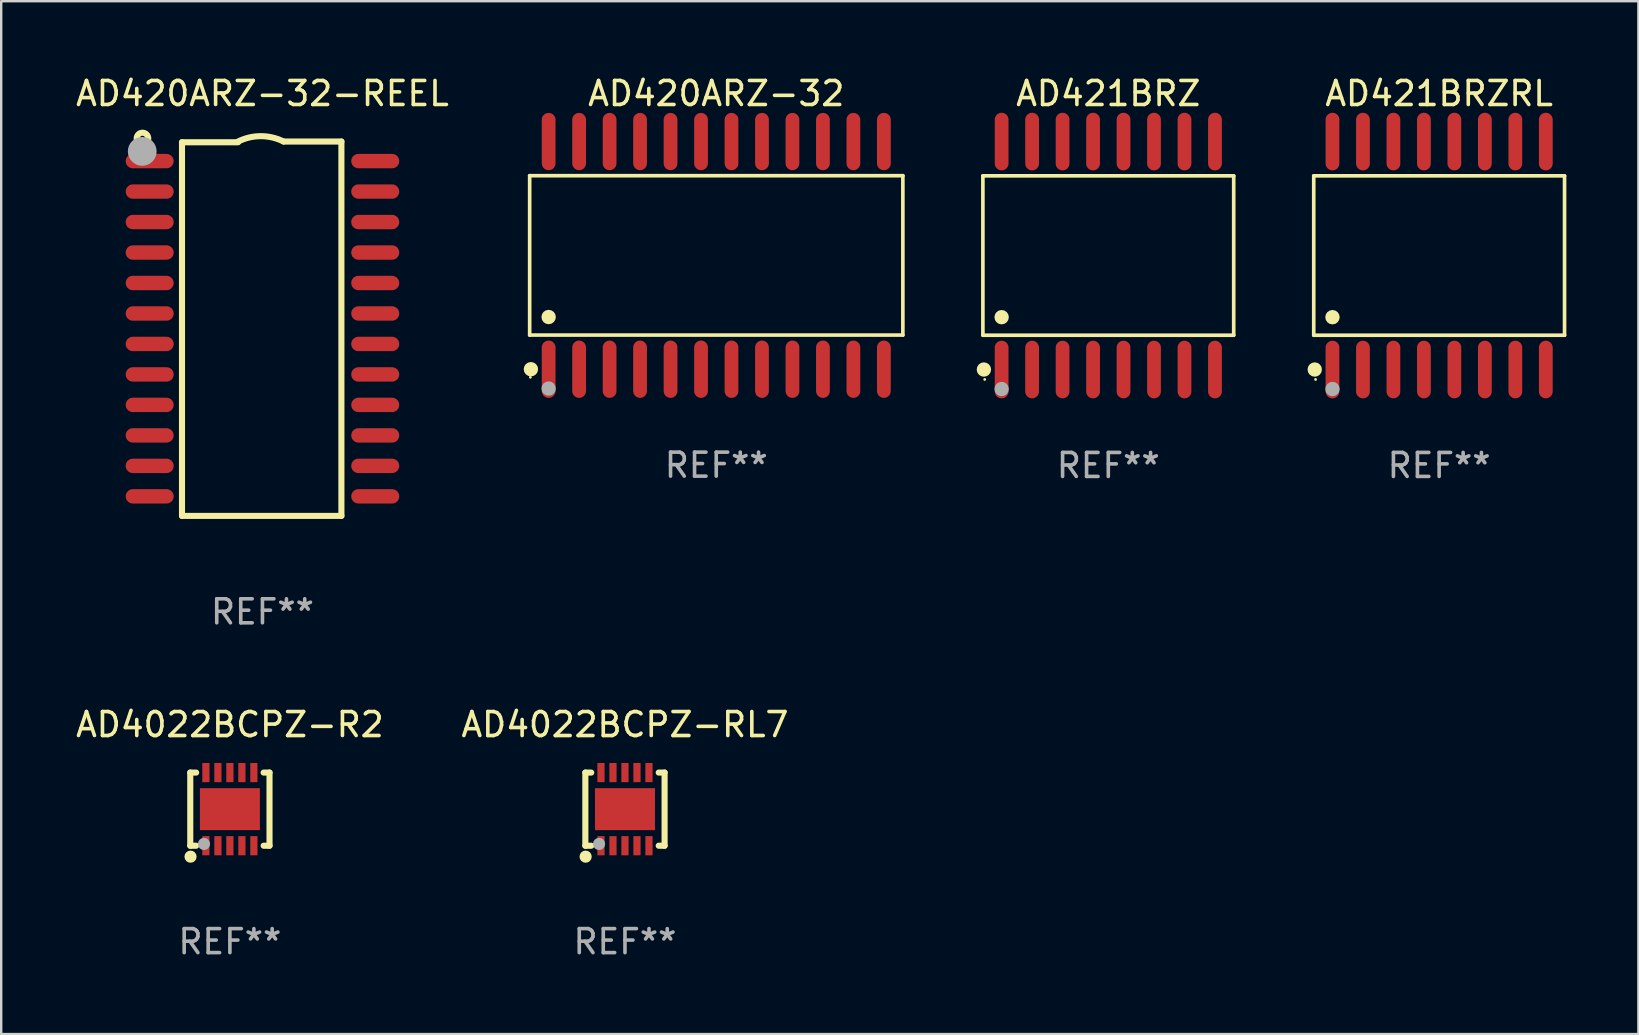
<source format=kicad_pcb>
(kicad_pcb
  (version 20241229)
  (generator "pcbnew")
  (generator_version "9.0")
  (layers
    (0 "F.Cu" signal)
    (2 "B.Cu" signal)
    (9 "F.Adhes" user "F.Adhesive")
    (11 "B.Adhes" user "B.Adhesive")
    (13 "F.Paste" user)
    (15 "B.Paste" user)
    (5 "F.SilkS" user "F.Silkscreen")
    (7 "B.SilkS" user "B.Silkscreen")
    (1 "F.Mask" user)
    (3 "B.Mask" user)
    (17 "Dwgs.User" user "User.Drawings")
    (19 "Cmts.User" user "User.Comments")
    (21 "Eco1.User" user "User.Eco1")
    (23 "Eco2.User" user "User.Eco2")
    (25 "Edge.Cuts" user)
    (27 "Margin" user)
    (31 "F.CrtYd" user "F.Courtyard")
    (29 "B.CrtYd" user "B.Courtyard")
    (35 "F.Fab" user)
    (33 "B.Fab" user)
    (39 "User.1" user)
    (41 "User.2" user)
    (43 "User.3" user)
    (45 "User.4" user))
  (footprint "AD4022BCPZ-R2"
    (layer "F.Cu")
    (at 6.53 30.669)
    (property "Reference" "AD4022BCPZ-R2" (at 0 -3.524 0) (layer "F.SilkS") (effects (font (size 1 1) (thickness 0.15))))
    (attr through_hole)
    (fp_line (start -1.651 -1.524) (end -1.651 1.524) (stroke (width 0.254) (type solid)) (layer "F.SilkS"))
    (fp_line (start -1.651 1.524) (end -1.406 1.524) (stroke (width 0.254) (type solid)) (layer "F.SilkS"))
    (fp_line (start -1.406 -1.524) (end -1.651 -1.524) (stroke (width 0.254) (type solid)) (layer "F.SilkS"))
    (fp_line (start 1.406 1.524) (end 1.651 1.524) (stroke (width 0.254) (type solid)) (layer "F.SilkS"))
    (fp_line (start 1.651 -1.524) (end 1.406 -1.524) (stroke (width 0.254) (type solid)) (layer "F.SilkS"))
    (fp_line (start 1.651 1.524) (end 1.651 -1.524) (stroke (width 0.254) (type solid)) (layer "F.SilkS"))
    (fp_circle (center -1.64 1.98) (end -1.513 1.98) (stroke (width 0.254) (type solid)) (fill no) (layer "F.SilkS"))
    (fp_circle (center -1.5 1.5) (end -1.47 1.5) (stroke (width 0.06) (type solid)) (fill no) (layer "F.SilkS"))
    (fp_circle (center -1.08 1.45) (end -0.953 1.45) (stroke (width 0.254) (type solid)) (fill no) (layer "F.Fab"))
    (fp_text user "REF**" (at 0 5.524 0) (layer "F.Fab") (effects (font (size 1 1) (thickness 0.15))))
    (pad "1" smd rect (at -1 1.524) (size 0.3 0.8) (layers "F.Cu" "F.Mask" "F.Paste"))
    (pad "2" smd rect (at -0.5 1.524) (size 0.3 0.8) (layers "F.Cu" "F.Mask" "F.Paste"))
    (pad "3" smd rect (at 0 1.524) (size 0.3 0.8) (layers "F.Cu" "F.Mask" "F.Paste"))
    (pad "4" smd rect (at 0.5 1.524) (size 0.3 0.8) (layers "F.Cu" "F.Mask" "F.Paste"))
    (pad "5" smd rect (at 1 1.524) (size 0.3 0.8) (layers "F.Cu" "F.Mask" "F.Paste"))
    (pad "6" smd rect (at 1 -1.524) (size 0.3 0.8) (layers "F.Cu" "F.Mask" "F.Paste"))
    (pad "7" smd rect (at 0.5 -1.524) (size 0.3 0.8) (layers "F.Cu" "F.Mask" "F.Paste"))
    (pad "8" smd rect (at 0 -1.524) (size 0.3 0.8) (layers "F.Cu" "F.Mask" "F.Paste"))
    (pad "9" smd rect (at -0.5 -1.524) (size 0.3 0.8) (layers "F.Cu" "F.Mask" "F.Paste"))
    (pad "10" smd rect (at -1 -1.524) (size 0.3 0.8) (layers "F.Cu" "F.Mask" "F.Paste"))
    (pad "11" smd rect (at 0 0) (size 2.5 1.75) (layers "F.Cu" "F.Mask" "F.Paste")))
  (footprint "AD420ARZ-32"
    (layer "F.Cu")
    (at 26.798 7.592)
    (property "Reference" "AD420ARZ-32" (at 0 -6.744 0) (layer "F.SilkS") (effects (font (size 1 1) (thickness 0.15))))
    (attr through_hole)
    (fp_line (start -7.776 -3.321) (end 7.776 -3.321) (stroke (width 0.152) (type solid)) (layer "F.SilkS"))
    (fp_line (start -7.776 3.321) (end -7.776 -3.321) (stroke (width 0.152) (type solid)) (layer "F.SilkS"))
    (fp_line (start 7.776 -3.321) (end 7.776 3.321) (stroke (width 0.152) (type solid)) (layer "F.SilkS"))
    (fp_line (start 7.776 3.321) (end -7.776 3.321) (stroke (width 0.152) (type solid)) (layer "F.SilkS"))
    (fp_circle (center -7.747 5.08) (end -7.717 5.08) (stroke (width 0.06) (type solid)) (fill no) (layer "F.SilkS"))
    (fp_circle (center -7.724 4.744) (end -7.574 4.744) (stroke (width 0.3) (type solid)) (fill no) (layer "F.SilkS"))
    (fp_circle (center -6.985 2.569) (end -6.835 2.569) (stroke (width 0.3) (type solid)) (fill no) (layer "F.SilkS"))
    (fp_circle (center -6.985 5.55) (end -6.835 5.55) (stroke (width 0.3) (type solid)) (fill no) (layer "F.Fab"))
    (fp_text user "REF**" (at 0 8.744 0) (layer "F.Fab") (effects (font (size 1 1) (thickness 0.15))))
    (pad "1" smd oval (at -6.985 4.744) (size 0.574 2.388) (layers "F.Cu" "F.Mask" "F.Paste"))
    (pad "2" smd oval (at -5.715 4.744) (size 0.574 2.388) (layers "F.Cu" "F.Mask" "F.Paste"))
    (pad "3" smd oval (at -4.445 4.744) (size 0.574 2.388) (layers "F.Cu" "F.Mask" "F.Paste"))
    (pad "4" smd oval (at -3.175 4.744) (size 0.574 2.388) (layers "F.Cu" "F.Mask" "F.Paste"))
    (pad "5" smd oval (at -1.905 4.744) (size 0.574 2.388) (layers "F.Cu" "F.Mask" "F.Paste"))
    (pad "6" smd oval (at -0.635 4.744) (size 0.574 2.388) (layers "F.Cu" "F.Mask" "F.Paste"))
    (pad "7" smd oval (at 0.635 4.744) (size 0.574 2.388) (layers "F.Cu" "F.Mask" "F.Paste"))
    (pad "8" smd oval (at 1.905 4.744) (size 0.574 2.388) (layers "F.Cu" "F.Mask" "F.Paste"))
    (pad "9" smd oval (at 3.175 4.744) (size 0.574 2.388) (layers "F.Cu" "F.Mask" "F.Paste"))
    (pad "10" smd oval (at 4.445 4.744) (size 0.574 2.388) (layers "F.Cu" "F.Mask" "F.Paste"))
    (pad "11" smd oval (at 5.715 4.744) (size 0.574 2.388) (layers "F.Cu" "F.Mask" "F.Paste"))
    (pad "12" smd oval (at 6.985 4.744) (size 0.574 2.388) (layers "F.Cu" "F.Mask" "F.Paste"))
    (pad "13" smd oval (at 6.985 -4.744) (size 0.574 2.388) (layers "F.Cu" "F.Mask" "F.Paste"))
    (pad "14" smd oval (at 5.715 -4.744) (size 0.574 2.388) (layers "F.Cu" "F.Mask" "F.Paste"))
    (pad "15" smd oval (at 4.445 -4.744) (size 0.574 2.388) (layers "F.Cu" "F.Mask" "F.Paste"))
    (pad "16" smd oval (at 3.175 -4.744) (size 0.574 2.388) (layers "F.Cu" "F.Mask" "F.Paste"))
    (pad "17" smd oval (at 1.905 -4.744) (size 0.574 2.388) (layers "F.Cu" "F.Mask" "F.Paste"))
    (pad "18" smd oval (at 0.635 -4.744) (size 0.574 2.388) (layers "F.Cu" "F.Mask" "F.Paste"))
    (pad "19" smd oval (at -0.635 -4.744) (size 0.574 2.388) (layers "F.Cu" "F.Mask" "F.Paste"))
    (pad "20" smd oval (at -1.905 -4.744) (size 0.574 2.388) (layers "F.Cu" "F.Mask" "F.Paste"))
    (pad "21" smd oval (at -3.175 -4.744) (size 0.574 2.388) (layers "F.Cu" "F.Mask" "F.Paste"))
    (pad "22" smd oval (at -4.445 -4.744) (size 0.574 2.388) (layers "F.Cu" "F.Mask" "F.Paste"))
    (pad "23" smd oval (at -5.715 -4.744) (size 0.574 2.388) (layers "F.Cu" "F.Mask" "F.Paste"))
    (pad "24" smd oval (at -6.985 -4.744) (size 0.574 2.388) (layers "F.Cu" "F.Mask" "F.Paste")))
  (footprint "AD421BRZ"
    (layer "F.Cu")
    (at 43.135 7.599)
    (property "Reference" "AD421BRZ" (at 0 -6.75 0) (layer "F.SilkS") (effects (font (size 1 1) (thickness 0.15))))
    (attr through_hole)
    (fp_line (start -5.226 -3.321) (end 5.226 -3.321) (stroke (width 0.152) (type solid)) (layer "F.SilkS"))
    (fp_line (start -5.226 3.321) (end -5.226 -3.321) (stroke (width 0.152) (type solid)) (layer "F.SilkS"))
    (fp_line (start 5.226 -3.321) (end 5.226 3.321) (stroke (width 0.152) (type solid)) (layer "F.SilkS"))
    (fp_line (start 5.226 3.321) (end -5.226 3.321) (stroke (width 0.152) (type solid)) (layer "F.SilkS"))
    (fp_circle (center -5.184 4.75) (end -5.034 4.75) (stroke (width 0.3) (type solid)) (fill no) (layer "F.SilkS"))
    (fp_circle (center -5.15 5.163) (end -5.12 5.163) (stroke (width 0.06) (type solid)) (fill no) (layer "F.SilkS"))
    (fp_circle (center -4.445 2.569) (end -4.295 2.569) (stroke (width 0.3) (type solid)) (fill no) (layer "F.SilkS"))
    (fp_circle (center -4.445 5.563) (end -4.295 5.563) (stroke (width 0.3) (type solid)) (fill no) (layer "F.Fab"))
    (fp_text user "REF**" (at 0 8.75 0) (layer "F.Fab") (effects (font (size 1 1) (thickness 0.15))))
    (pad "1" smd oval (at -4.445 4.75) (size 0.574 2.401) (layers "F.Cu" "F.Mask" "F.Paste"))
    (pad "2" smd oval (at -3.175 4.75) (size 0.574 2.401) (layers "F.Cu" "F.Mask" "F.Paste"))
    (pad "3" smd oval (at -1.905 4.75) (size 0.574 2.401) (layers "F.Cu" "F.Mask" "F.Paste"))
    (pad "4" smd oval (at -0.635 4.75) (size 0.574 2.401) (layers "F.Cu" "F.Mask" "F.Paste"))
    (pad "5" smd oval (at 0.635 4.75) (size 0.574 2.401) (layers "F.Cu" "F.Mask" "F.Paste"))
    (pad "6" smd oval (at 1.905 4.75) (size 0.574 2.401) (layers "F.Cu" "F.Mask" "F.Paste"))
    (pad "7" smd oval (at 3.175 4.75) (size 0.574 2.401) (layers "F.Cu" "F.Mask" "F.Paste"))
    (pad "8" smd oval (at 4.445 4.75) (size 0.574 2.401) (layers "F.Cu" "F.Mask" "F.Paste"))
    (pad "9" smd oval (at 4.445 -4.75) (size 0.574 2.401) (layers "F.Cu" "F.Mask" "F.Paste"))
    (pad "10" smd oval (at 3.175 -4.75) (size 0.574 2.401) (layers "F.Cu" "F.Mask" "F.Paste"))
    (pad "11" smd oval (at 1.905 -4.75) (size 0.574 2.401) (layers "F.Cu" "F.Mask" "F.Paste"))
    (pad "12" smd oval (at 0.635 -4.75) (size 0.574 2.401) (layers "F.Cu" "F.Mask" "F.Paste"))
    (pad "13" smd oval (at -0.635 -4.75) (size 0.574 2.401) (layers "F.Cu" "F.Mask" "F.Paste"))
    (pad "14" smd oval (at -1.905 -4.75) (size 0.574 2.401) (layers "F.Cu" "F.Mask" "F.Paste"))
    (pad "15" smd oval (at -3.175 -4.75) (size 0.574 2.401) (layers "F.Cu" "F.Mask" "F.Paste"))
    (pad "16" smd oval (at -4.445 -4.75) (size 0.574 2.401) (layers "F.Cu" "F.Mask" "F.Paste")))
  (footprint "AD421BRZRL"
    (layer "F.Cu")
    (at 56.922 7.599)
    (property "Reference" "AD421BRZRL" (at 0 -6.75 0) (layer "F.SilkS") (effects (font (size 1 1) (thickness 0.15))))
    (attr through_hole)
    (fp_line (start -5.226 -3.321) (end 5.226 -3.321) (stroke (width 0.152) (type solid)) (layer "F.SilkS"))
    (fp_line (start -5.226 3.321) (end -5.226 -3.321) (stroke (width 0.152) (type solid)) (layer "F.SilkS"))
    (fp_line (start 5.226 -3.321) (end 5.226 3.321) (stroke (width 0.152) (type solid)) (layer "F.SilkS"))
    (fp_line (start 5.226 3.321) (end -5.226 3.321) (stroke (width 0.152) (type solid)) (layer "F.SilkS"))
    (fp_circle (center -5.184 4.75) (end -5.034 4.75) (stroke (width 0.3) (type solid)) (fill no) (layer "F.SilkS"))
    (fp_circle (center -5.15 5.163) (end -5.12 5.163) (stroke (width 0.06) (type solid)) (fill no) (layer "F.SilkS"))
    (fp_circle (center -4.445 2.569) (end -4.295 2.569) (stroke (width 0.3) (type solid)) (fill no) (layer "F.SilkS"))
    (fp_circle (center -4.445 5.563) (end -4.295 5.563) (stroke (width 0.3) (type solid)) (fill no) (layer "F.Fab"))
    (fp_text user "REF**" (at 0 8.75 0) (layer "F.Fab") (effects (font (size 1 1) (thickness 0.15))))
    (pad "1" smd oval (at -4.445 4.75) (size 0.574 2.401) (layers "F.Cu" "F.Mask" "F.Paste"))
    (pad "2" smd oval (at -3.175 4.75) (size 0.574 2.401) (layers "F.Cu" "F.Mask" "F.Paste"))
    (pad "3" smd oval (at -1.905 4.75) (size 0.574 2.401) (layers "F.Cu" "F.Mask" "F.Paste"))
    (pad "4" smd oval (at -0.635 4.75) (size 0.574 2.401) (layers "F.Cu" "F.Mask" "F.Paste"))
    (pad "5" smd oval (at 0.635 4.75) (size 0.574 2.401) (layers "F.Cu" "F.Mask" "F.Paste"))
    (pad "6" smd oval (at 1.905 4.75) (size 0.574 2.401) (layers "F.Cu" "F.Mask" "F.Paste"))
    (pad "7" smd oval (at 3.175 4.75) (size 0.574 2.401) (layers "F.Cu" "F.Mask" "F.Paste"))
    (pad "8" smd oval (at 4.445 4.75) (size 0.574 2.401) (layers "F.Cu" "F.Mask" "F.Paste"))
    (pad "9" smd oval (at 4.445 -4.75) (size 0.574 2.401) (layers "F.Cu" "F.Mask" "F.Paste"))
    (pad "10" smd oval (at 3.175 -4.75) (size 0.574 2.401) (layers "F.Cu" "F.Mask" "F.Paste"))
    (pad "11" smd oval (at 1.905 -4.75) (size 0.574 2.401) (layers "F.Cu" "F.Mask" "F.Paste"))
    (pad "12" smd oval (at 0.635 -4.75) (size 0.574 2.401) (layers "F.Cu" "F.Mask" "F.Paste"))
    (pad "13" smd oval (at -0.635 -4.75) (size 0.574 2.401) (layers "F.Cu" "F.Mask" "F.Paste"))
    (pad "14" smd oval (at -1.905 -4.75) (size 0.574 2.401) (layers "F.Cu" "F.Mask" "F.Paste"))
    (pad "15" smd oval (at -3.175 -4.75) (size 0.574 2.401) (layers "F.Cu" "F.Mask" "F.Paste"))
    (pad "16" smd oval (at -4.445 -4.75) (size 0.574 2.401) (layers "F.Cu" "F.Mask" "F.Paste")))
  (footprint "AD4022BCPZ-RL7"
    (layer "F.Cu")
    (at 22.994 30.669)
    (property "Reference" "AD4022BCPZ-RL7" (at 0 -3.524 0) (layer "F.SilkS") (effects (font (size 1 1) (thickness 0.15))))
    (attr through_hole)
    (fp_line (start -1.651 -1.524) (end -1.651 1.524) (stroke (width 0.254) (type solid)) (layer "F.SilkS"))
    (fp_line (start -1.651 1.524) (end -1.406 1.524) (stroke (width 0.254) (type solid)) (layer "F.SilkS"))
    (fp_line (start -1.406 -1.524) (end -1.651 -1.524) (stroke (width 0.254) (type solid)) (layer "F.SilkS"))
    (fp_line (start 1.406 1.524) (end 1.651 1.524) (stroke (width 0.254) (type solid)) (layer "F.SilkS"))
    (fp_line (start 1.651 -1.524) (end 1.406 -1.524) (stroke (width 0.254) (type solid)) (layer "F.SilkS"))
    (fp_line (start 1.651 1.524) (end 1.651 -1.524) (stroke (width 0.254) (type solid)) (layer "F.SilkS"))
    (fp_circle (center -1.64 1.98) (end -1.513 1.98) (stroke (width 0.254) (type solid)) (fill no) (layer "F.SilkS"))
    (fp_circle (center -1.5 1.5) (end -1.47 1.5) (stroke (width 0.06) (type solid)) (fill no) (layer "F.SilkS"))
    (fp_circle (center -1.08 1.45) (end -0.953 1.45) (stroke (width 0.254) (type solid)) (fill no) (layer "F.Fab"))
    (fp_text user "REF**" (at 0 5.524 0) (layer "F.Fab") (effects (font (size 1 1) (thickness 0.15))))
    (pad "1" smd rect (at -1 1.524) (size 0.3 0.8) (layers "F.Cu" "F.Mask" "F.Paste"))
    (pad "2" smd rect (at -0.5 1.524) (size 0.3 0.8) (layers "F.Cu" "F.Mask" "F.Paste"))
    (pad "3" smd rect (at 0 1.524) (size 0.3 0.8) (layers "F.Cu" "F.Mask" "F.Paste"))
    (pad "4" smd rect (at 0.5 1.524) (size 0.3 0.8) (layers "F.Cu" "F.Mask" "F.Paste"))
    (pad "5" smd rect (at 1 1.524) (size 0.3 0.8) (layers "F.Cu" "F.Mask" "F.Paste"))
    (pad "6" smd rect (at 1 -1.524) (size 0.3 0.8) (layers "F.Cu" "F.Mask" "F.Paste"))
    (pad "7" smd rect (at 0.5 -1.524) (size 0.3 0.8) (layers "F.Cu" "F.Mask" "F.Paste"))
    (pad "8" smd rect (at 0 -1.524) (size 0.3 0.8) (layers "F.Cu" "F.Mask" "F.Paste"))
    (pad "9" smd rect (at -0.5 -1.524) (size 0.3 0.8) (layers "F.Cu" "F.Mask" "F.Paste"))
    (pad "10" smd rect (at -1 -1.524) (size 0.3 0.8) (layers "F.Cu" "F.Mask" "F.Paste"))
    (pad "11" smd rect (at 0 0) (size 2.5 1.75) (layers "F.Cu" "F.Mask" "F.Paste")))
  (footprint "AD420ARZ-32-REEL"
    (layer "F.Cu")
    (at 7.887 10.648)
    (property "Reference" "AD420ARZ-32-REEL" (at 0 -9.8 0) (layer "F.SilkS") (effects (font (size 1 1) (thickness 0.15))))
    (attr through_hole)
    (fp_line (start -3.353 -7.77) (end -1.016 -7.77) (stroke (width 0.254) (type solid)) (layer "F.SilkS"))
    (fp_line (start -3.353 7.8) (end -3.353 -7.77) (stroke (width 0.254) (type solid)) (layer "F.SilkS"))
    (fp_line (start 0.881 -7.8) (end 3.29 -7.8) (stroke (width 0.254) (type solid)) (layer "F.SilkS"))
    (fp_line (start 3.29 -7.8) (end 3.29 7.8) (stroke (width 0.254) (type solid)) (layer "F.SilkS"))
    (fp_line (start 3.29 7.8) (end -3.353 7.8) (stroke (width 0.254) (type solid)) (layer "F.SilkS"))
    (fp_arc (start -1.015951 -7.800025) (mid -0.067691 -8.023879) (end 0.880569 -7.800025) (stroke (width 0.254001) (type solid)) (layer "F.SilkS"))
    (fp_circle (center -5 -7.927) (end -4.886 -7.927) (stroke (width 0.254) (type solid)) (fill no) (layer "F.SilkS"))
    (fp_circle (center -5.01 -7.39) (end -4.71 -7.39) (stroke (width 0.6) (type solid)) (fill no) (layer "F.Fab"))
    (fp_text user "REF**" (at 0 11.8 0) (layer "F.Fab") (effects (font (size 1 1) (thickness 0.15))))
    (pad "1" smd oval (at -4.7 -6.985 270) (size 0.6 2) (layers "F.Cu" "F.Mask" "F.Paste"))
    (pad "2" smd oval (at -4.7 -5.715 270) (size 0.6 2) (layers "F.Cu" "F.Mask" "F.Paste"))
    (pad "3" smd oval (at -4.7 -4.445 270) (size 0.6 2) (layers "F.Cu" "F.Mask" "F.Paste"))
    (pad "4" smd oval (at -4.7 -3.175 270) (size 0.6 2) (layers "F.Cu" "F.Mask" "F.Paste"))
    (pad "5" smd oval (at -4.7 -1.905 270) (size 0.6 2) (layers "F.Cu" "F.Mask" "F.Paste"))
    (pad "6" smd oval (at -4.7 -0.635 270) (size 0.6 2) (layers "F.Cu" "F.Mask" "F.Paste"))
    (pad "7" smd oval (at -4.7 0.635 270) (size 0.6 2) (layers "F.Cu" "F.Mask" "F.Paste"))
    (pad "8" smd oval (at -4.7 1.905 270) (size 0.6 2) (layers "F.Cu" "F.Mask" "F.Paste"))
    (pad "9" smd oval (at -4.7 3.175 270) (size 0.6 2) (layers "F.Cu" "F.Mask" "F.Paste"))
    (pad "10" smd oval (at -4.7 4.445 270) (size 0.6 2) (layers "F.Cu" "F.Mask" "F.Paste"))
    (pad "11" smd oval (at -4.7 5.715 270) (size 0.6 2) (layers "F.Cu" "F.Mask" "F.Paste"))
    (pad "12" smd oval (at -4.7 6.985 270) (size 0.6 2) (layers "F.Cu" "F.Mask" "F.Paste"))
    (pad "13" smd oval (at 4.7 6.985 270) (size 0.6 2) (layers "F.Cu" "F.Mask" "F.Paste"))
    (pad "14" smd oval (at 4.7 5.715 270) (size 0.6 2) (layers "F.Cu" "F.Mask" "F.Paste"))
    (pad "15" smd oval (at 4.7 4.445 270) (size 0.6 2) (layers "F.Cu" "F.Mask" "F.Paste"))
    (pad "16" smd oval (at 4.7 3.175 270) (size 0.6 2) (layers "F.Cu" "F.Mask" "F.Paste"))
    (pad "17" smd oval (at 4.7 1.905 270) (size 0.6 2) (layers "F.Cu" "F.Mask" "F.Paste"))
    (pad "18" smd oval (at 4.7 0.635 270) (size 0.6 2) (layers "F.Cu" "F.Mask" "F.Paste"))
    (pad "19" smd oval (at 4.7 -0.635 270) (size 0.6 2) (layers "F.Cu" "F.Mask" "F.Paste"))
    (pad "20" smd oval (at 4.7 -1.905 270) (size 0.6 2) (layers "F.Cu" "F.Mask" "F.Paste"))
    (pad "21" smd oval (at 4.7 -3.175 270) (size 0.6 2) (layers "F.Cu" "F.Mask" "F.Paste"))
    (pad "22" smd oval (at 4.7 -4.445 270) (size 0.6 2) (layers "F.Cu" "F.Mask" "F.Paste"))
    (pad "23" smd oval (at 4.7 -5.715 270) (size 0.6 2) (layers "F.Cu" "F.Mask" "F.Paste"))
    (pad "24" smd oval (at 4.7 -6.985 270) (size 0.6 2) (layers "F.Cu" "F.Mask" "F.Paste")))
  (gr_rect
    (start -3 -3)
    (end 65.225 40.041)
    (stroke (width 0.1) (type default))
    (fill no)
    (layer "Edge.Cuts")))
</source>
